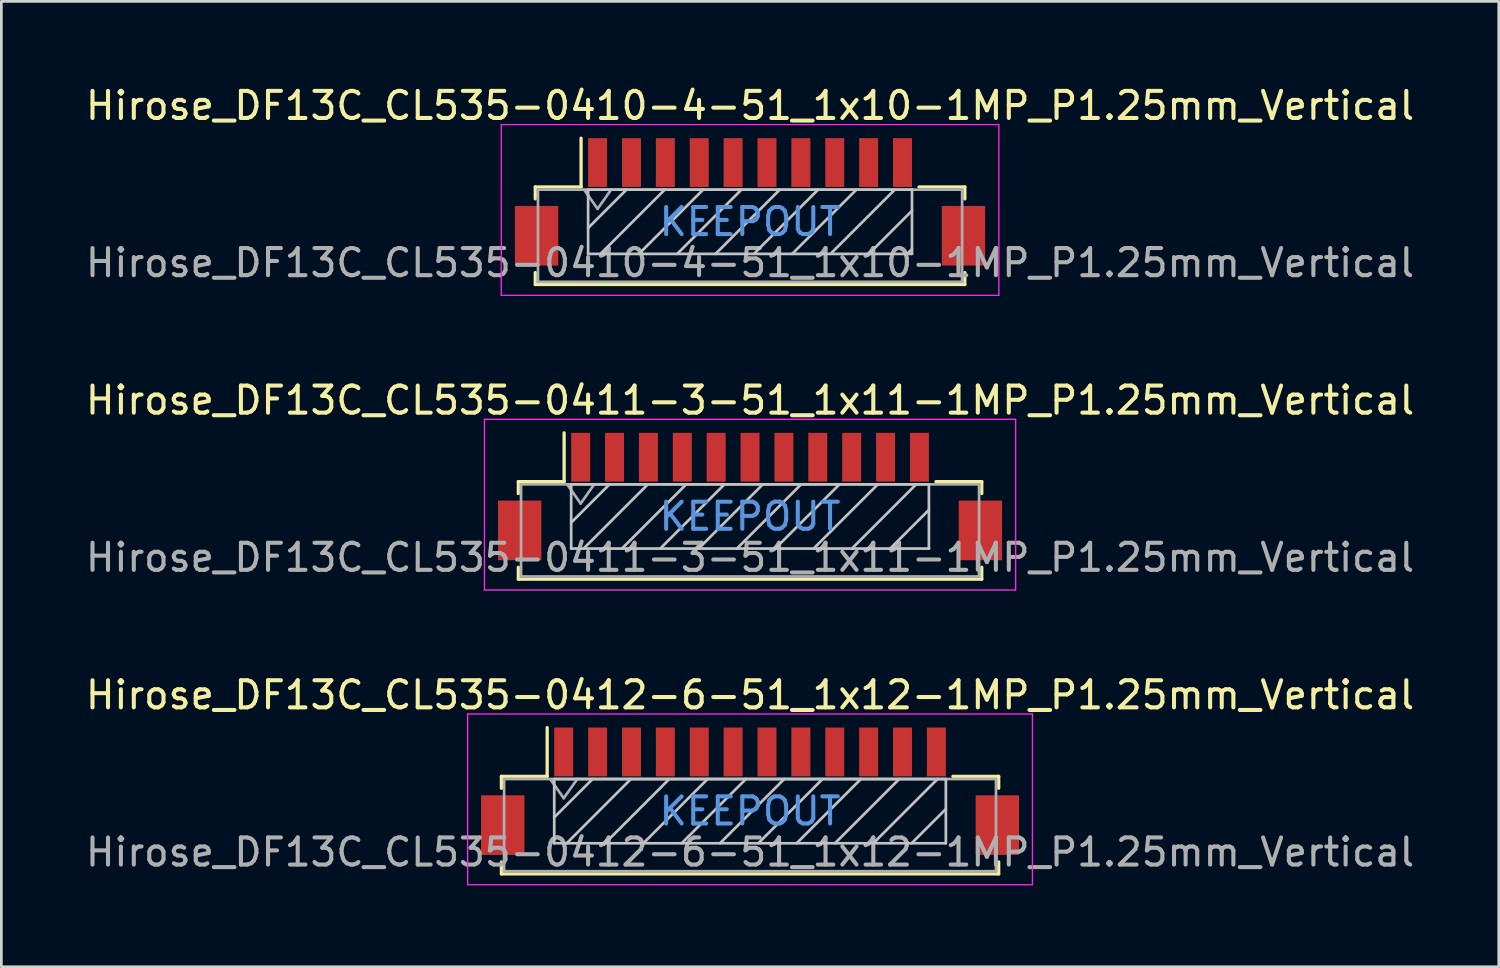
<source format=kicad_pcb>
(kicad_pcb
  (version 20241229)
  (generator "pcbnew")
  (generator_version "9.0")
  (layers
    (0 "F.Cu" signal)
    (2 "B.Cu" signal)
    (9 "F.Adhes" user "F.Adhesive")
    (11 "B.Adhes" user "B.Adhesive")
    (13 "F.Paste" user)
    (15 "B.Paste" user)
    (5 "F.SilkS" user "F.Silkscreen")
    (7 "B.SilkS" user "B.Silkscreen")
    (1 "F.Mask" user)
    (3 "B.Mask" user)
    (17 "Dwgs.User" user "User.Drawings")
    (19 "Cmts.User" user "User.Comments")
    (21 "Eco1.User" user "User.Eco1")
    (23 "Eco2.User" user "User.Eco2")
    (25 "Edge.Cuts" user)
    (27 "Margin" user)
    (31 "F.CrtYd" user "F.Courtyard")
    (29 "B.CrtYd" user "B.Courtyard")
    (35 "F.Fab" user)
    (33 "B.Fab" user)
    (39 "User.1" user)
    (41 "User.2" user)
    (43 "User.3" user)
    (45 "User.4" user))
  (footprint "Hirose_DF13C_CL535-0411-3-51_1x11-1MP_P1.25mm_Vertical"
    (layer "F.Cu")
    (at 24.625 15.271)
    (property "Reference" "Hirose_DF13C_CL535-0411-3-51_1x11-1MP_P1.25mm_Vertical" (at 0 -3.55 0) (layer "F.SilkS") (effects (font (size 1 1) (thickness 0.15))))
    (attr smd)
    (fp_line (start -8.55 -0.55) (end -8.55 -0.11) (stroke (width 0.12) (type solid)) (layer "F.SilkS"))
    (fp_line (start -8.55 2.61) (end -8.55 3.05) (stroke (width 0.12) (type solid)) (layer "F.SilkS"))
    (fp_line (start -8.55 3.05) (end 8.55 3.05) (stroke (width 0.12) (type solid)) (layer "F.SilkS"))
    (fp_line (start -6.86 -0.55) (end -8.55 -0.55) (stroke (width 0.12) (type solid)) (layer "F.SilkS"))
    (fp_line (start -6.86 -0.55) (end -6.86 -2.35) (stroke (width 0.12) (type solid)) (layer "F.SilkS"))
    (fp_line (start 6.86 -0.55) (end 8.55 -0.55) (stroke (width 0.12) (type solid)) (layer "F.SilkS"))
    (fp_line (start 8.55 -0.55) (end 8.55 -0.11) (stroke (width 0.12) (type solid)) (layer "F.SilkS"))
    (fp_line (start 8.55 3.05) (end 8.55 2.61) (stroke (width 0.12) (type solid)) (layer "F.SilkS"))
    (fp_line (start -6.6 -0.45) (end -6.6 1.92) (stroke (width 0.1) (type solid)) (layer "Dwgs.User"))
    (fp_line (start -6.6 1.92) (end 6.6 1.92) (stroke (width 0.1) (type solid)) (layer "Dwgs.User"))
    (fp_line (start -5.186 -0.45) (end -6.6 0.964) (stroke (width 0.1) (type solid)) (layer "Dwgs.User"))
    (fp_line (start -3.772 -0.45) (end -6.142 1.92) (stroke (width 0.1) (type solid)) (layer "Dwgs.User"))
    (fp_line (start -2.357 -0.45) (end -4.727 1.92) (stroke (width 0.1) (type solid)) (layer "Dwgs.User"))
    (fp_line (start -0.943 -0.45) (end -3.313 1.92) (stroke (width 0.1) (type solid)) (layer "Dwgs.User"))
    (fp_line (start 0.471 -0.45) (end -1.899 1.92) (stroke (width 0.1) (type solid)) (layer "Dwgs.User"))
    (fp_line (start 1.885 -0.45) (end -0.485 1.92) (stroke (width 0.1) (type solid)) (layer "Dwgs.User"))
    (fp_line (start 3.299 -0.45) (end 0.929 1.92) (stroke (width 0.1) (type solid)) (layer "Dwgs.User"))
    (fp_line (start 4.714 -0.45) (end 2.344 1.92) (stroke (width 0.1) (type solid)) (layer "Dwgs.User"))
    (fp_line (start 6.128 -0.45) (end 3.758 1.92) (stroke (width 0.1) (type solid)) (layer "Dwgs.User"))
    (fp_line (start 6.6 -0.45) (end -6.6 -0.45) (stroke (width 0.1) (type solid)) (layer "Dwgs.User"))
    (fp_line (start 6.6 0.492) (end 5.172 1.92) (stroke (width 0.1) (type solid)) (layer "Dwgs.User"))
    (fp_line (start 6.6 1.906) (end 6.586 1.92) (stroke (width 0.1) (type solid)) (layer "Dwgs.User"))
    (fp_line (start 6.6 1.92) (end 6.6 -0.45) (stroke (width 0.1) (type solid)) (layer "Dwgs.User"))
    (fp_line (start -9.8 -2.85) (end -9.8 3.45) (stroke (width 0.05) (type solid)) (layer "F.CrtYd"))
    (fp_line (start -9.8 3.45) (end 9.8 3.45) (stroke (width 0.05) (type solid)) (layer "F.CrtYd"))
    (fp_line (start 9.8 -2.85) (end -9.8 -2.85) (stroke (width 0.05) (type solid)) (layer "F.CrtYd"))
    (fp_line (start 9.8 3.45) (end 9.8 -2.85) (stroke (width 0.05) (type solid)) (layer "F.CrtYd"))
    (fp_line (start -8.45 -0.45) (end -8.45 2.95) (stroke (width 0.1) (type solid)) (layer "F.Fab"))
    (fp_line (start -8.45 2.95) (end 8.45 2.95) (stroke (width 0.1) (type solid)) (layer "F.Fab"))
    (fp_line (start -6.75 -0.45) (end -6.25 0.257) (stroke (width 0.1) (type solid)) (layer "F.Fab"))
    (fp_line (start -6.25 0.257) (end -5.75 -0.45) (stroke (width 0.1) (type solid)) (layer "F.Fab"))
    (fp_line (start 8.45 -0.45) (end -8.45 -0.45) (stroke (width 0.1) (type solid)) (layer "F.Fab"))
    (fp_line (start 8.45 2.95) (end 8.45 -0.45) (stroke (width 0.1) (type solid)) (layer "F.Fab"))
    (fp_text user "KEEPOUT" (at 0 0.735 0) (layer "Cmts.User") (effects (font (size 1 1) (thickness 0.15))))
    (fp_text user "${REFERENCE}" (at 0 2.25 0) (layer "F.Fab") (effects (font (size 1 1) (thickness 0.15))))
    (pad "1" smd rect (at -6.25 -1.45) (size 0.7 1.8) (layers "F.Cu" "F.Mask" "F.Paste"))
    (pad "2" smd rect (at -5 -1.45) (size 0.7 1.8) (layers "F.Cu" "F.Mask" "F.Paste"))
    (pad "3" smd rect (at -3.75 -1.45) (size 0.7 1.8) (layers "F.Cu" "F.Mask" "F.Paste"))
    (pad "4" smd rect (at -2.5 -1.45) (size 0.7 1.8) (layers "F.Cu" "F.Mask" "F.Paste"))
    (pad "5" smd rect (at -1.25 -1.45) (size 0.7 1.8) (layers "F.Cu" "F.Mask" "F.Paste"))
    (pad "6" smd rect (at 0 -1.45) (size 0.7 1.8) (layers "F.Cu" "F.Mask" "F.Paste"))
    (pad "7" smd rect (at 1.25 -1.45) (size 0.7 1.8) (layers "F.Cu" "F.Mask" "F.Paste"))
    (pad "8" smd rect (at 2.5 -1.45) (size 0.7 1.8) (layers "F.Cu" "F.Mask" "F.Paste"))
    (pad "9" smd rect (at 3.75 -1.45) (size 0.7 1.8) (layers "F.Cu" "F.Mask" "F.Paste"))
    (pad "10" smd rect (at 5 -1.45) (size 0.7 1.8) (layers "F.Cu" "F.Mask" "F.Paste"))
    (pad "11" smd rect (at 6.25 -1.45) (size 0.7 1.8) (layers "F.Cu" "F.Mask" "F.Paste"))
    (pad "MP" smd rect (at -8.5 1.25) (size 1.6 2.2) (layers "F.Cu" "F.Mask" "F.Paste"))
    (pad "MP" smd rect (at 8.5 1.25) (size 1.6 2.2) (layers "F.Cu" "F.Mask" "F.Paste")))
  (footprint "Hirose_DF13C_CL535-0410-4-51_1x10-1MP_P1.25mm_Vertical"
    (layer "F.Cu")
    (at 24.625 4.398)
    (property "Reference" "Hirose_DF13C_CL535-0410-4-51_1x10-1MP_P1.25mm_Vertical" (at 0 -3.55 0) (layer "F.SilkS") (effects (font (size 1 1) (thickness 0.15))))
    (attr smd)
    (fp_line (start -7.925 -0.55) (end -7.925 -0.11) (stroke (width 0.12) (type solid)) (layer "F.SilkS"))
    (fp_line (start -7.925 2.61) (end -7.925 3.05) (stroke (width 0.12) (type solid)) (layer "F.SilkS"))
    (fp_line (start -7.925 3.05) (end 7.925 3.05) (stroke (width 0.12) (type solid)) (layer "F.SilkS"))
    (fp_line (start -6.235 -0.55) (end -7.925 -0.55) (stroke (width 0.12) (type solid)) (layer "F.SilkS"))
    (fp_line (start -6.235 -0.55) (end -6.235 -2.35) (stroke (width 0.12) (type solid)) (layer "F.SilkS"))
    (fp_line (start 6.235 -0.55) (end 7.925 -0.55) (stroke (width 0.12) (type solid)) (layer "F.SilkS"))
    (fp_line (start 7.925 -0.55) (end 7.925 -0.11) (stroke (width 0.12) (type solid)) (layer "F.SilkS"))
    (fp_line (start 7.925 3.05) (end 7.925 2.61) (stroke (width 0.12) (type solid)) (layer "F.SilkS"))
    (fp_line (start -5.975 -0.45) (end -5.975 1.92) (stroke (width 0.1) (type solid)) (layer "Dwgs.User"))
    (fp_line (start -5.975 1.92) (end 5.975 1.92) (stroke (width 0.1) (type solid)) (layer "Dwgs.User"))
    (fp_line (start -4.561 -0.45) (end -5.975 0.964) (stroke (width 0.1) (type solid)) (layer "Dwgs.User"))
    (fp_line (start -3.147 -0.45) (end -5.517 1.92) (stroke (width 0.1) (type solid)) (layer "Dwgs.User"))
    (fp_line (start -1.732 -0.45) (end -4.102 1.92) (stroke (width 0.1) (type solid)) (layer "Dwgs.User"))
    (fp_line (start -0.318 -0.45) (end -2.688 1.92) (stroke (width 0.1) (type solid)) (layer "Dwgs.User"))
    (fp_line (start 1.096 -0.45) (end -1.274 1.92) (stroke (width 0.1) (type solid)) (layer "Dwgs.User"))
    (fp_line (start 2.51 -0.45) (end 0.14 1.92) (stroke (width 0.1) (type solid)) (layer "Dwgs.User"))
    (fp_line (start 3.924 -0.45) (end 1.554 1.92) (stroke (width 0.1) (type solid)) (layer "Dwgs.User"))
    (fp_line (start 5.339 -0.45) (end 2.969 1.92) (stroke (width 0.1) (type solid)) (layer "Dwgs.User"))
    (fp_line (start 5.975 -0.45) (end -5.975 -0.45) (stroke (width 0.1) (type solid)) (layer "Dwgs.User"))
    (fp_line (start 5.975 0.328) (end 4.383 1.92) (stroke (width 0.1) (type solid)) (layer "Dwgs.User"))
    (fp_line (start 5.975 1.742) (end 5.797 1.92) (stroke (width 0.1) (type solid)) (layer "Dwgs.User"))
    (fp_line (start 5.975 1.92) (end 5.975 -0.45) (stroke (width 0.1) (type solid)) (layer "Dwgs.User"))
    (fp_line (start -9.18 -2.85) (end -9.18 3.45) (stroke (width 0.05) (type solid)) (layer "F.CrtYd"))
    (fp_line (start -9.18 3.45) (end 9.18 3.45) (stroke (width 0.05) (type solid)) (layer "F.CrtYd"))
    (fp_line (start 9.18 -2.85) (end -9.18 -2.85) (stroke (width 0.05) (type solid)) (layer "F.CrtYd"))
    (fp_line (start 9.18 3.45) (end 9.18 -2.85) (stroke (width 0.05) (type solid)) (layer "F.CrtYd"))
    (fp_line (start -7.825 -0.45) (end -7.825 2.95) (stroke (width 0.1) (type solid)) (layer "F.Fab"))
    (fp_line (start -7.825 2.95) (end 7.825 2.95) (stroke (width 0.1) (type solid)) (layer "F.Fab"))
    (fp_line (start -6.125 -0.45) (end -5.625 0.257) (stroke (width 0.1) (type solid)) (layer "F.Fab"))
    (fp_line (start -5.625 0.257) (end -5.125 -0.45) (stroke (width 0.1) (type solid)) (layer "F.Fab"))
    (fp_line (start 7.825 -0.45) (end -7.825 -0.45) (stroke (width 0.1) (type solid)) (layer "F.Fab"))
    (fp_line (start 7.825 2.95) (end 7.825 -0.45) (stroke (width 0.1) (type solid)) (layer "F.Fab"))
    (fp_text user "KEEPOUT" (at 0 0.735 0) (layer "Cmts.User") (effects (font (size 1 1) (thickness 0.15))))
    (fp_text user "${REFERENCE}" (at 0 2.25 0) (layer "F.Fab") (effects (font (size 1 1) (thickness 0.15))))
    (pad "1" smd rect (at -5.625 -1.45) (size 0.7 1.8) (layers "F.Cu" "F.Mask" "F.Paste"))
    (pad "2" smd rect (at -4.375 -1.45) (size 0.7 1.8) (layers "F.Cu" "F.Mask" "F.Paste"))
    (pad "3" smd rect (at -3.125 -1.45) (size 0.7 1.8) (layers "F.Cu" "F.Mask" "F.Paste"))
    (pad "4" smd rect (at -1.875 -1.45) (size 0.7 1.8) (layers "F.Cu" "F.Mask" "F.Paste"))
    (pad "5" smd rect (at -0.625 -1.45) (size 0.7 1.8) (layers "F.Cu" "F.Mask" "F.Paste"))
    (pad "6" smd rect (at 0.625 -1.45) (size 0.7 1.8) (layers "F.Cu" "F.Mask" "F.Paste"))
    (pad "7" smd rect (at 1.875 -1.45) (size 0.7 1.8) (layers "F.Cu" "F.Mask" "F.Paste"))
    (pad "8" smd rect (at 3.125 -1.45) (size 0.7 1.8) (layers "F.Cu" "F.Mask" "F.Paste"))
    (pad "9" smd rect (at 4.375 -1.45) (size 0.7 1.8) (layers "F.Cu" "F.Mask" "F.Paste"))
    (pad "10" smd rect (at 5.625 -1.45) (size 0.7 1.8) (layers "F.Cu" "F.Mask" "F.Paste"))
    (pad "MP" smd rect (at -7.875 1.25) (size 1.6 2.2) (layers "F.Cu" "F.Mask" "F.Paste"))
    (pad "MP" smd rect (at 7.875 1.25) (size 1.6 2.2) (layers "F.Cu" "F.Mask" "F.Paste")))
  (footprint "Hirose_DF13C_CL535-0412-6-51_1x12-1MP_P1.25mm_Vertical"
    (layer "F.Cu")
    (at 24.625 26.145)
    (property "Reference" "Hirose_DF13C_CL535-0412-6-51_1x12-1MP_P1.25mm_Vertical" (at 0 -3.55 0) (layer "F.SilkS") (effects (font (size 1 1) (thickness 0.15))))
    (attr smd)
    (fp_line (start -9.175 -0.55) (end -9.175 -0.11) (stroke (width 0.12) (type solid)) (layer "F.SilkS"))
    (fp_line (start -9.175 2.61) (end -9.175 3.05) (stroke (width 0.12) (type solid)) (layer "F.SilkS"))
    (fp_line (start -9.175 3.05) (end 9.175 3.05) (stroke (width 0.12) (type solid)) (layer "F.SilkS"))
    (fp_line (start -7.485 -0.55) (end -9.175 -0.55) (stroke (width 0.12) (type solid)) (layer "F.SilkS"))
    (fp_line (start -7.485 -0.55) (end -7.485 -2.35) (stroke (width 0.12) (type solid)) (layer "F.SilkS"))
    (fp_line (start 7.485 -0.55) (end 9.175 -0.55) (stroke (width 0.12) (type solid)) (layer "F.SilkS"))
    (fp_line (start 9.175 -0.55) (end 9.175 -0.11) (stroke (width 0.12) (type solid)) (layer "F.SilkS"))
    (fp_line (start 9.175 3.05) (end 9.175 2.61) (stroke (width 0.12) (type solid)) (layer "F.SilkS"))
    (fp_line (start -7.225 -0.45) (end -7.225 1.92) (stroke (width 0.1) (type solid)) (layer "Dwgs.User"))
    (fp_line (start -7.225 1.92) (end 7.225 1.92) (stroke (width 0.1) (type solid)) (layer "Dwgs.User"))
    (fp_line (start -5.811 -0.45) (end -7.225 0.964) (stroke (width 0.1) (type solid)) (layer "Dwgs.User"))
    (fp_line (start -4.397 -0.45) (end -6.767 1.92) (stroke (width 0.1) (type solid)) (layer "Dwgs.User"))
    (fp_line (start -2.982 -0.45) (end -5.352 1.92) (stroke (width 0.1) (type solid)) (layer "Dwgs.User"))
    (fp_line (start -1.568 -0.45) (end -3.938 1.92) (stroke (width 0.1) (type solid)) (layer "Dwgs.User"))
    (fp_line (start -0.154 -0.45) (end -2.524 1.92) (stroke (width 0.1) (type solid)) (layer "Dwgs.User"))
    (fp_line (start 1.26 -0.45) (end -1.11 1.92) (stroke (width 0.1) (type solid)) (layer "Dwgs.User"))
    (fp_line (start 2.674 -0.45) (end 0.304 1.92) (stroke (width 0.1) (type solid)) (layer "Dwgs.User"))
    (fp_line (start 4.089 -0.45) (end 1.719 1.92) (stroke (width 0.1) (type solid)) (layer "Dwgs.User"))
    (fp_line (start 5.503 -0.45) (end 3.133 1.92) (stroke (width 0.1) (type solid)) (layer "Dwgs.User"))
    (fp_line (start 6.917 -0.45) (end 4.547 1.92) (stroke (width 0.1) (type solid)) (layer "Dwgs.User"))
    (fp_line (start 7.225 -0.45) (end -7.225 -0.45) (stroke (width 0.1) (type solid)) (layer "Dwgs.User"))
    (fp_line (start 7.225 0.656) (end 5.961 1.92) (stroke (width 0.1) (type solid)) (layer "Dwgs.User"))
    (fp_line (start 7.225 1.92) (end 7.225 -0.45) (stroke (width 0.1) (type solid)) (layer "Dwgs.User"))
    (fp_line (start -10.42 -2.85) (end -10.42 3.45) (stroke (width 0.05) (type solid)) (layer "F.CrtYd"))
    (fp_line (start -10.42 3.45) (end 10.42 3.45) (stroke (width 0.05) (type solid)) (layer "F.CrtYd"))
    (fp_line (start 10.42 -2.85) (end -10.42 -2.85) (stroke (width 0.05) (type solid)) (layer "F.CrtYd"))
    (fp_line (start 10.42 3.45) (end 10.42 -2.85) (stroke (width 0.05) (type solid)) (layer "F.CrtYd"))
    (fp_line (start -9.075 -0.45) (end -9.075 2.95) (stroke (width 0.1) (type solid)) (layer "F.Fab"))
    (fp_line (start -9.075 2.95) (end 9.075 2.95) (stroke (width 0.1) (type solid)) (layer "F.Fab"))
    (fp_line (start -7.375 -0.45) (end -6.875 0.257) (stroke (width 0.1) (type solid)) (layer "F.Fab"))
    (fp_line (start -6.875 0.257) (end -6.375 -0.45) (stroke (width 0.1) (type solid)) (layer "F.Fab"))
    (fp_line (start 9.075 -0.45) (end -9.075 -0.45) (stroke (width 0.1) (type solid)) (layer "F.Fab"))
    (fp_line (start 9.075 2.95) (end 9.075 -0.45) (stroke (width 0.1) (type solid)) (layer "F.Fab"))
    (fp_text user "KEEPOUT" (at 0 0.735 0) (layer "Cmts.User") (effects (font (size 1 1) (thickness 0.15))))
    (fp_text user "${REFERENCE}" (at 0 2.25 0) (layer "F.Fab") (effects (font (size 1 1) (thickness 0.15))))
    (pad "1" smd rect (at -6.875 -1.45) (size 0.7 1.8) (layers "F.Cu" "F.Mask" "F.Paste"))
    (pad "2" smd rect (at -5.625 -1.45) (size 0.7 1.8) (layers "F.Cu" "F.Mask" "F.Paste"))
    (pad "3" smd rect (at -4.375 -1.45) (size 0.7 1.8) (layers "F.Cu" "F.Mask" "F.Paste"))
    (pad "4" smd rect (at -3.125 -1.45) (size 0.7 1.8) (layers "F.Cu" "F.Mask" "F.Paste"))
    (pad "5" smd rect (at -1.875 -1.45) (size 0.7 1.8) (layers "F.Cu" "F.Mask" "F.Paste"))
    (pad "6" smd rect (at -0.625 -1.45) (size 0.7 1.8) (layers "F.Cu" "F.Mask" "F.Paste"))
    (pad "7" smd rect (at 0.625 -1.45) (size 0.7 1.8) (layers "F.Cu" "F.Mask" "F.Paste"))
    (pad "8" smd rect (at 1.875 -1.45) (size 0.7 1.8) (layers "F.Cu" "F.Mask" "F.Paste"))
    (pad "9" smd rect (at 3.125 -1.45) (size 0.7 1.8) (layers "F.Cu" "F.Mask" "F.Paste"))
    (pad "10" smd rect (at 4.375 -1.45) (size 0.7 1.8) (layers "F.Cu" "F.Mask" "F.Paste"))
    (pad "11" smd rect (at 5.625 -1.45) (size 0.7 1.8) (layers "F.Cu" "F.Mask" "F.Paste"))
    (pad "12" smd rect (at 6.875 -1.45) (size 0.7 1.8) (layers "F.Cu" "F.Mask" "F.Paste"))
    (pad "MP" smd rect (at -9.125 1.25) (size 1.6 2.2) (layers "F.Cu" "F.Mask" "F.Paste"))
    (pad "MP" smd rect (at 9.125 1.25) (size 1.6 2.2) (layers "F.Cu" "F.Mask" "F.Paste")))
  (gr_rect
    (start -3 -3)
    (end 52.25 32.62)
    (stroke (width 0.1) (type default))
    (fill no)
    (layer "Edge.Cuts")))
</source>
